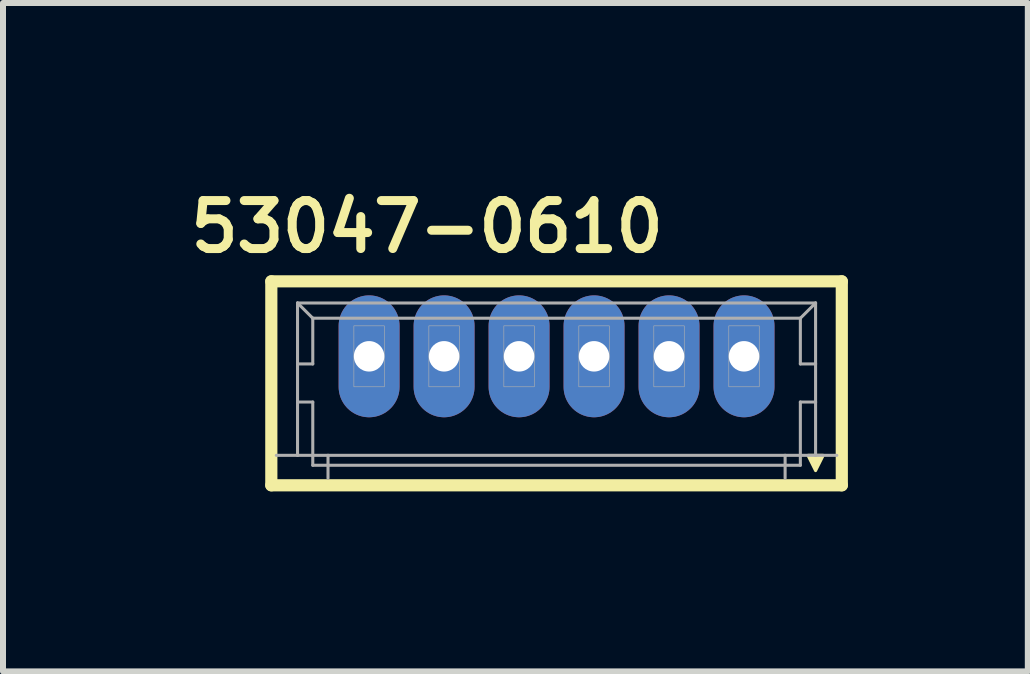
<source format=kicad_pcb>
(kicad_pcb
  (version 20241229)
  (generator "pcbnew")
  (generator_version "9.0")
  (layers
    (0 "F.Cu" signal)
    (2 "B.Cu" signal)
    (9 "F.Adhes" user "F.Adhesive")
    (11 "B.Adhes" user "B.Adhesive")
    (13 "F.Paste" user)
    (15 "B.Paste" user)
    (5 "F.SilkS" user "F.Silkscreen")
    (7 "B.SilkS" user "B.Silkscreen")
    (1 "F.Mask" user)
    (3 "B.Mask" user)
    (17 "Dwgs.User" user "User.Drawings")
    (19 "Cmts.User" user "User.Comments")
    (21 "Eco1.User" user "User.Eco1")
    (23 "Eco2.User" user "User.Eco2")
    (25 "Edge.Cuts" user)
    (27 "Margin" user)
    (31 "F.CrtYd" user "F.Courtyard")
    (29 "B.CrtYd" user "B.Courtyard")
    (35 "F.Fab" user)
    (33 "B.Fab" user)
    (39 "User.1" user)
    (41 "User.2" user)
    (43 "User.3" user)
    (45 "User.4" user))
  (footprint "53047-0610"
    (layer "F.Cu")
    (at 6.228 2.89)
    (property "Reference" "53047-0610" (at -2.159 -2.159 0) (layer "F.SilkS") (effects (font (size 0.8 0.8) (thickness 0.15))))
    (attr through_hole)
    (fp_line (start -4.755 -1.25) (end 4.755 -1.25) (stroke (width 0.203) (type solid)) (layer "F.SilkS"))
    (fp_line (start -4.755 2.15) (end -4.755 -1.25) (stroke (width 0.203) (type solid)) (layer "F.SilkS"))
    (fp_line (start 4.755 -1.25) (end 4.755 2.15) (stroke (width 0.203) (type solid)) (layer "F.SilkS"))
    (fp_line (start 4.755 2.15) (end -4.755 2.15) (stroke (width 0.203) (type solid)) (layer "F.SilkS"))
    (fp_poly (pts (xy 4.191 1.651) (xy 4.445 1.651) (xy 4.318 1.905)) (stroke (width 0.051) (type solid)) (fill yes) (layer "F.SilkS"))
    (fp_line (start -4.318 -0.889) (end 4.318 -0.889) (stroke (width 0.051) (type solid)) (layer "F.Fab"))
    (fp_line (start -4.318 0.127) (end -4.318 -0.889) (stroke (width 0.051) (type solid)) (layer "F.Fab"))
    (fp_line (start -4.318 0.127) (end -4.064 0.127) (stroke (width 0.051) (type solid)) (layer "F.Fab"))
    (fp_line (start -4.318 0.762) (end -4.318 0.127) (stroke (width 0.051) (type solid)) (layer "F.Fab"))
    (fp_line (start -4.318 0.762) (end -4.064 0.762) (stroke (width 0.051) (type solid)) (layer "F.Fab"))
    (fp_line (start -4.318 1.651) (end -4.672 1.651) (stroke (width 0.051) (type solid)) (layer "F.Fab"))
    (fp_line (start -4.318 1.651) (end -4.318 0.762) (stroke (width 0.051) (type solid)) (layer "F.Fab"))
    (fp_line (start -4.064 -0.635) (end -4.318 -0.889) (stroke (width 0.051) (type solid)) (layer "F.Fab"))
    (fp_line (start -4.064 -0.635) (end 4.064 -0.635) (stroke (width 0.051) (type solid)) (layer "F.Fab"))
    (fp_line (start -4.064 0.127) (end -4.064 -0.635) (stroke (width 0.051) (type solid)) (layer "F.Fab"))
    (fp_line (start -4.064 0.762) (end -4.064 1.651) (stroke (width 0.051) (type solid)) (layer "F.Fab"))
    (fp_line (start -4.064 1.651) (end -4.318 1.651) (stroke (width 0.051) (type solid)) (layer "F.Fab"))
    (fp_line (start -4.064 1.816) (end -4.064 1.651) (stroke (width 0.051) (type solid)) (layer "F.Fab"))
    (fp_line (start -3.81 1.651) (end -4.064 1.651) (stroke (width 0.051) (type solid)) (layer "F.Fab"))
    (fp_line (start -3.81 1.651) (end -3.81 2.032) (stroke (width 0.051) (type solid)) (layer "F.Fab"))
    (fp_line (start 3.81 1.651) (end -3.81 1.651) (stroke (width 0.051) (type solid)) (layer "F.Fab"))
    (fp_line (start 3.81 1.651) (end 3.81 2.032) (stroke (width 0.051) (type solid)) (layer "F.Fab"))
    (fp_line (start 4.064 -0.635) (end 4.064 0.127) (stroke (width 0.051) (type solid)) (layer "F.Fab"))
    (fp_line (start 4.064 -0.635) (end 4.318 -0.889) (stroke (width 0.051) (type solid)) (layer "F.Fab"))
    (fp_line (start 4.064 0.127) (end 4.318 0.127) (stroke (width 0.051) (type solid)) (layer "F.Fab"))
    (fp_line (start 4.064 0.762) (end 4.318 0.762) (stroke (width 0.051) (type solid)) (layer "F.Fab"))
    (fp_line (start 4.064 1.651) (end 3.81 1.651) (stroke (width 0.051) (type solid)) (layer "F.Fab"))
    (fp_line (start 4.064 1.651) (end 4.064 0.762) (stroke (width 0.051) (type solid)) (layer "F.Fab"))
    (fp_line (start 4.064 1.651) (end 4.064 1.816) (stroke (width 0.051) (type solid)) (layer "F.Fab"))
    (fp_line (start 4.064 1.816) (end -4.064 1.816) (stroke (width 0.051) (type solid)) (layer "F.Fab"))
    (fp_line (start 4.318 -0.889) (end 4.318 0.127) (stroke (width 0.051) (type solid)) (layer "F.Fab"))
    (fp_line (start 4.318 0.127) (end 4.318 0.762) (stroke (width 0.051) (type solid)) (layer "F.Fab"))
    (fp_line (start 4.318 0.762) (end 4.318 1.651) (stroke (width 0.051) (type solid)) (layer "F.Fab"))
    (fp_line (start 4.318 1.651) (end 4.064 1.651) (stroke (width 0.051) (type solid)) (layer "F.Fab"))
    (fp_line (start 4.672 1.651) (end 4.318 1.651) (stroke (width 0.051) (type solid)) (layer "F.Fab"))
    (fp_poly (pts (xy -3.379 -0.508) (xy -2.871 -0.508) (xy -2.871 0.508) (xy -3.379 0.508)) (stroke (width 0.01) (type solid)) (fill no) (layer "F.Fab"))
    (fp_poly (pts (xy -2.129 -0.508) (xy -1.621 -0.508) (xy -1.621 0.508) (xy -2.129 0.508)) (stroke (width 0.01) (type solid)) (fill no) (layer "F.Fab"))
    (fp_poly (pts (xy -0.879 -0.508) (xy -0.371 -0.508) (xy -0.371 0.508) (xy -0.879 0.508)) (stroke (width 0.01) (type solid)) (fill no) (layer "F.Fab"))
    (fp_poly (pts (xy 0.371 -0.508) (xy 0.879 -0.508) (xy 0.879 0.508) (xy 0.371 0.508)) (stroke (width 0.01) (type solid)) (fill no) (layer "F.Fab"))
    (fp_poly (pts (xy 1.621 -0.508) (xy 2.129 -0.508) (xy 2.129 0.508) (xy 1.621 0.508)) (stroke (width 0.01) (type solid)) (fill no) (layer "F.Fab"))
    (fp_poly (pts (xy 2.871 -0.508) (xy 3.379 -0.508) (xy 3.379 0.508) (xy 2.871 0.508)) (stroke (width 0.01) (type solid)) (fill no) (layer "F.Fab"))
    (pad "1" thru_hole oval (at 3.125 0) (size 1.016 2.032) (drill 0.508) (layers "*.Cu" "*.Mask"))
    (pad "2" thru_hole oval (at 1.875 0) (size 1.016 2.032) (drill 0.508) (layers "*.Cu" "*.Mask"))
    (pad "3" thru_hole oval (at 0.625 0) (size 1.016 2.032) (drill 0.508) (layers "*.Cu" "*.Mask"))
    (pad "4" thru_hole oval (at -0.625 0) (size 1.016 2.032) (drill 0.508) (layers "*.Cu" "*.Mask"))
    (pad "5" thru_hole oval (at -1.875 0) (size 1.016 2.032) (drill 0.508) (layers "*.Cu" "*.Mask"))
    (pad "6" thru_hole oval (at -3.125 0) (size 1.016 2.032) (drill 0.508) (layers "*.Cu" "*.Mask")))
  (gr_rect
    (start -3 -3)
    (end 14.084 8.142)
    (stroke (width 0.1) (type default))
    (fill no)
    (layer "Edge.Cuts")))
</source>
